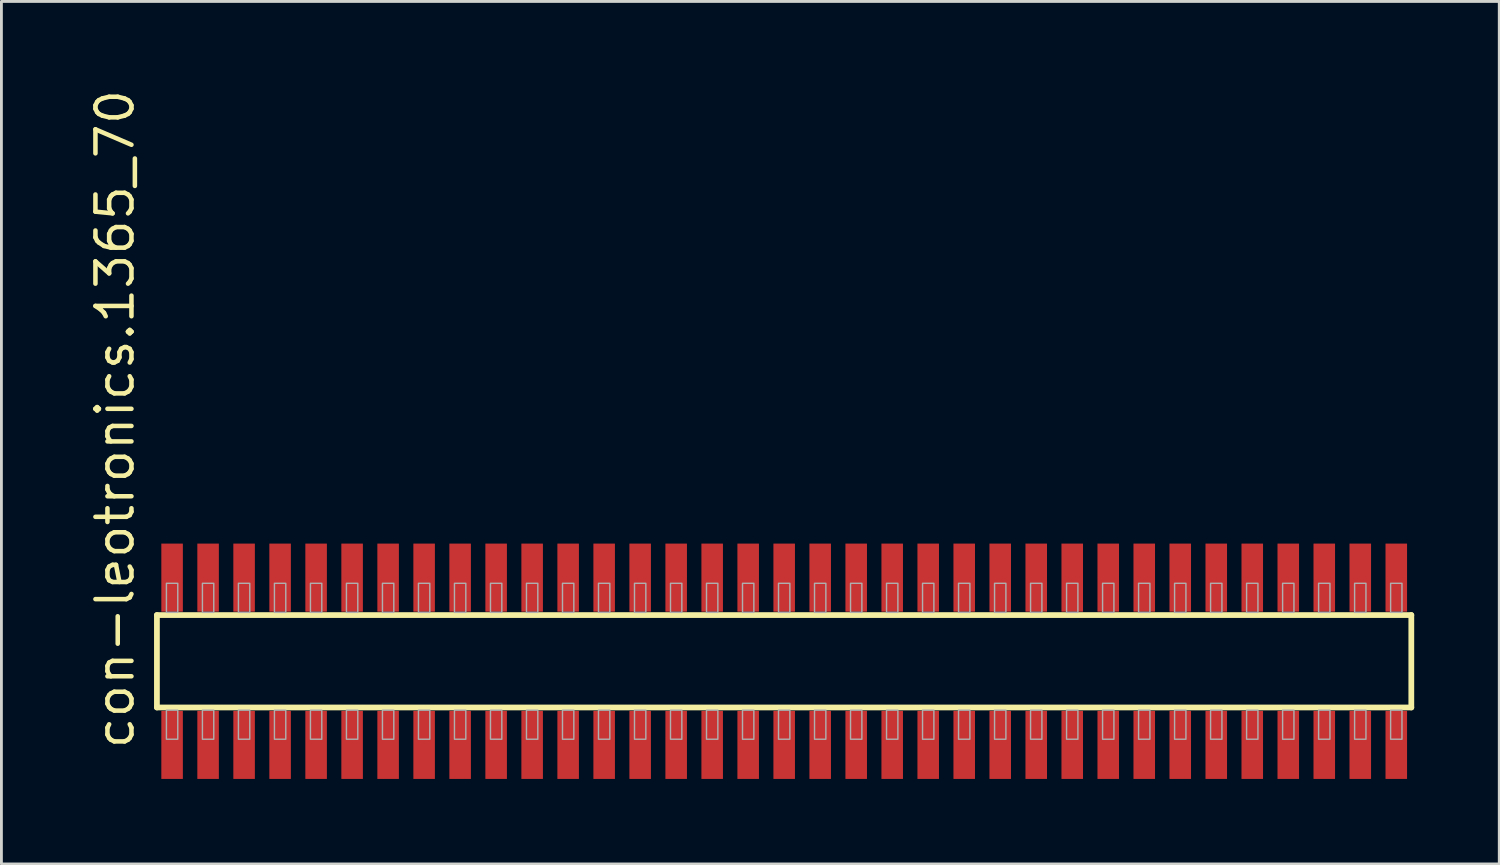
<source format=kicad_pcb>
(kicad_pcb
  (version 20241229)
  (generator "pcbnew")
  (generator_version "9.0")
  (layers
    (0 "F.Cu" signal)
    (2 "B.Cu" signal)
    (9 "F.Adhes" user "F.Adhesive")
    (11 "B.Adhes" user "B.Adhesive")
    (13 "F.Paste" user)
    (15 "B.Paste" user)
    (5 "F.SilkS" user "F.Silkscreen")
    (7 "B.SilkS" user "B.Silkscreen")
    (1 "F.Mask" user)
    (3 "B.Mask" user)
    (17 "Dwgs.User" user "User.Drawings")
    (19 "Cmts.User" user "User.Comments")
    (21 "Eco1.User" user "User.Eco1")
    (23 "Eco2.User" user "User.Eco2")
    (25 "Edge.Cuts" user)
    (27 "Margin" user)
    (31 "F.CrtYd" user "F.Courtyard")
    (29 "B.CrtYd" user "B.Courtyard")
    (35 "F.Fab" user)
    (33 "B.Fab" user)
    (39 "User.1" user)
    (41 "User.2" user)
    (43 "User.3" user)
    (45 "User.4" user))
  (footprint "con-leotronics.1365_70"
    (layer "F.Cu")
    (at 24.61 20.274)
    (property "Reference" "con-leotronics.1365_70" (at -22.86 3.175 90) (layer "F.SilkS") (effects (font (size 1.27 1.27) (thickness 0.16)) (justify left bottom)))
    (attr smd)
    (fp_line (start -22.125 -1.63) (end 22.12 -1.63) (stroke (width 0.203) (type default)) (layer "F.SilkS"))
    (fp_line (start -22.125 1.63) (end -22.125 -1.63) (stroke (width 0.203) (type default)) (layer "F.SilkS"))
    (fp_line (start 22.12 -1.63) (end 22.12 1.63) (stroke (width 0.203) (type default)) (layer "F.SilkS"))
    (fp_line (start 22.12 1.63) (end -22.125 1.63) (stroke (width 0.203) (type default)) (layer "F.SilkS"))
    (fp_rect (start -21.79 -1.725) (end -21.39 -2.75) (stroke (width 0.05) (type default)) (fill no) (layer "F.Fab"))
    (fp_rect (start -21.79 2.75) (end -21.39 1.725) (stroke (width 0.05) (type default)) (fill no) (layer "F.Fab"))
    (fp_rect (start -20.52 -1.725) (end -20.12 -2.75) (stroke (width 0.05) (type default)) (fill no) (layer "F.Fab"))
    (fp_rect (start -20.52 2.75) (end -20.12 1.725) (stroke (width 0.05) (type default)) (fill no) (layer "F.Fab"))
    (fp_rect (start -19.25 -1.725) (end -18.85 -2.75) (stroke (width 0.05) (type default)) (fill no) (layer "F.Fab"))
    (fp_rect (start -19.25 2.75) (end -18.85 1.725) (stroke (width 0.05) (type default)) (fill no) (layer "F.Fab"))
    (fp_rect (start -17.98 -1.725) (end -17.58 -2.75) (stroke (width 0.05) (type default)) (fill no) (layer "F.Fab"))
    (fp_rect (start -17.98 2.75) (end -17.58 1.725) (stroke (width 0.05) (type default)) (fill no) (layer "F.Fab"))
    (fp_rect (start -16.71 -1.725) (end -16.31 -2.75) (stroke (width 0.05) (type default)) (fill no) (layer "F.Fab"))
    (fp_rect (start -16.71 2.75) (end -16.31 1.725) (stroke (width 0.05) (type default)) (fill no) (layer "F.Fab"))
    (fp_rect (start -15.44 -1.725) (end -15.04 -2.75) (stroke (width 0.05) (type default)) (fill no) (layer "F.Fab"))
    (fp_rect (start -15.44 2.75) (end -15.04 1.725) (stroke (width 0.05) (type default)) (fill no) (layer "F.Fab"))
    (fp_rect (start -14.17 -1.725) (end -13.77 -2.75) (stroke (width 0.05) (type default)) (fill no) (layer "F.Fab"))
    (fp_rect (start -14.17 2.75) (end -13.77 1.725) (stroke (width 0.05) (type default)) (fill no) (layer "F.Fab"))
    (fp_rect (start -12.9 -1.725) (end -12.5 -2.75) (stroke (width 0.05) (type default)) (fill no) (layer "F.Fab"))
    (fp_rect (start -12.9 2.75) (end -12.5 1.725) (stroke (width 0.05) (type default)) (fill no) (layer "F.Fab"))
    (fp_rect (start -11.63 -1.725) (end -11.23 -2.75) (stroke (width 0.05) (type default)) (fill no) (layer "F.Fab"))
    (fp_rect (start -11.63 2.75) (end -11.23 1.725) (stroke (width 0.05) (type default)) (fill no) (layer "F.Fab"))
    (fp_rect (start -10.36 -1.725) (end -9.96 -2.75) (stroke (width 0.05) (type default)) (fill no) (layer "F.Fab"))
    (fp_rect (start -10.36 2.75) (end -9.96 1.725) (stroke (width 0.05) (type default)) (fill no) (layer "F.Fab"))
    (fp_rect (start -9.09 -1.725) (end -8.69 -2.75) (stroke (width 0.05) (type default)) (fill no) (layer "F.Fab"))
    (fp_rect (start -9.09 2.75) (end -8.69 1.725) (stroke (width 0.05) (type default)) (fill no) (layer "F.Fab"))
    (fp_rect (start -7.82 -1.725) (end -7.42 -2.75) (stroke (width 0.05) (type default)) (fill no) (layer "F.Fab"))
    (fp_rect (start -7.82 2.75) (end -7.42 1.725) (stroke (width 0.05) (type default)) (fill no) (layer "F.Fab"))
    (fp_rect (start -6.55 -1.725) (end -6.15 -2.75) (stroke (width 0.05) (type default)) (fill no) (layer "F.Fab"))
    (fp_rect (start -6.55 2.75) (end -6.15 1.725) (stroke (width 0.05) (type default)) (fill no) (layer "F.Fab"))
    (fp_rect (start -5.28 -1.725) (end -4.88 -2.75) (stroke (width 0.05) (type default)) (fill no) (layer "F.Fab"))
    (fp_rect (start -5.28 2.75) (end -4.88 1.725) (stroke (width 0.05) (type default)) (fill no) (layer "F.Fab"))
    (fp_rect (start -4.01 -1.725) (end -3.61 -2.75) (stroke (width 0.05) (type default)) (fill no) (layer "F.Fab"))
    (fp_rect (start -4.01 2.75) (end -3.61 1.725) (stroke (width 0.05) (type default)) (fill no) (layer "F.Fab"))
    (fp_rect (start -2.74 -1.725) (end -2.34 -2.75) (stroke (width 0.05) (type default)) (fill no) (layer "F.Fab"))
    (fp_rect (start -2.74 2.75) (end -2.34 1.725) (stroke (width 0.05) (type default)) (fill no) (layer "F.Fab"))
    (fp_rect (start -1.47 -1.725) (end -1.07 -2.75) (stroke (width 0.05) (type default)) (fill no) (layer "F.Fab"))
    (fp_rect (start -1.47 2.75) (end -1.07 1.725) (stroke (width 0.05) (type default)) (fill no) (layer "F.Fab"))
    (fp_rect (start -0.2 -1.725) (end 0.2 -2.75) (stroke (width 0.05) (type default)) (fill no) (layer "F.Fab"))
    (fp_rect (start -0.2 2.75) (end 0.2 1.725) (stroke (width 0.05) (type default)) (fill no) (layer "F.Fab"))
    (fp_rect (start 1.07 -1.725) (end 1.47 -2.75) (stroke (width 0.05) (type default)) (fill no) (layer "F.Fab"))
    (fp_rect (start 1.07 2.75) (end 1.47 1.725) (stroke (width 0.05) (type default)) (fill no) (layer "F.Fab"))
    (fp_rect (start 2.34 -1.725) (end 2.74 -2.75) (stroke (width 0.05) (type default)) (fill no) (layer "F.Fab"))
    (fp_rect (start 2.34 2.75) (end 2.74 1.725) (stroke (width 0.05) (type default)) (fill no) (layer "F.Fab"))
    (fp_rect (start 3.61 -1.725) (end 4.01 -2.75) (stroke (width 0.05) (type default)) (fill no) (layer "F.Fab"))
    (fp_rect (start 3.61 2.75) (end 4.01 1.725) (stroke (width 0.05) (type default)) (fill no) (layer "F.Fab"))
    (fp_rect (start 4.88 -1.725) (end 5.28 -2.75) (stroke (width 0.05) (type default)) (fill no) (layer "F.Fab"))
    (fp_rect (start 4.88 2.75) (end 5.28 1.725) (stroke (width 0.05) (type default)) (fill no) (layer "F.Fab"))
    (fp_rect (start 6.15 -1.725) (end 6.55 -2.75) (stroke (width 0.05) (type default)) (fill no) (layer "F.Fab"))
    (fp_rect (start 6.15 2.75) (end 6.55 1.725) (stroke (width 0.05) (type default)) (fill no) (layer "F.Fab"))
    (fp_rect (start 7.42 -1.725) (end 7.82 -2.75) (stroke (width 0.05) (type default)) (fill no) (layer "F.Fab"))
    (fp_rect (start 7.42 2.75) (end 7.82 1.725) (stroke (width 0.05) (type default)) (fill no) (layer "F.Fab"))
    (fp_rect (start 8.69 -1.725) (end 9.09 -2.75) (stroke (width 0.05) (type default)) (fill no) (layer "F.Fab"))
    (fp_rect (start 8.69 2.75) (end 9.09 1.725) (stroke (width 0.05) (type default)) (fill no) (layer "F.Fab"))
    (fp_rect (start 9.96 -1.725) (end 10.36 -2.75) (stroke (width 0.05) (type default)) (fill no) (layer "F.Fab"))
    (fp_rect (start 9.96 2.75) (end 10.36 1.725) (stroke (width 0.05) (type default)) (fill no) (layer "F.Fab"))
    (fp_rect (start 11.23 -1.725) (end 11.63 -2.75) (stroke (width 0.05) (type default)) (fill no) (layer "F.Fab"))
    (fp_rect (start 11.23 2.75) (end 11.63 1.725) (stroke (width 0.05) (type default)) (fill no) (layer "F.Fab"))
    (fp_rect (start 12.5 -1.725) (end 12.9 -2.75) (stroke (width 0.05) (type default)) (fill no) (layer "F.Fab"))
    (fp_rect (start 12.5 2.75) (end 12.9 1.725) (stroke (width 0.05) (type default)) (fill no) (layer "F.Fab"))
    (fp_rect (start 13.77 -1.725) (end 14.17 -2.75) (stroke (width 0.05) (type default)) (fill no) (layer "F.Fab"))
    (fp_rect (start 13.77 2.75) (end 14.17 1.725) (stroke (width 0.05) (type default)) (fill no) (layer "F.Fab"))
    (fp_rect (start 15.04 -1.725) (end 15.44 -2.75) (stroke (width 0.05) (type default)) (fill no) (layer "F.Fab"))
    (fp_rect (start 15.04 2.75) (end 15.44 1.725) (stroke (width 0.05) (type default)) (fill no) (layer "F.Fab"))
    (fp_rect (start 16.31 -1.725) (end 16.71 -2.75) (stroke (width 0.05) (type default)) (fill no) (layer "F.Fab"))
    (fp_rect (start 16.31 2.75) (end 16.71 1.725) (stroke (width 0.05) (type default)) (fill no) (layer "F.Fab"))
    (fp_rect (start 17.58 -1.725) (end 17.98 -2.75) (stroke (width 0.05) (type default)) (fill no) (layer "F.Fab"))
    (fp_rect (start 17.58 2.75) (end 17.98 1.725) (stroke (width 0.05) (type default)) (fill no) (layer "F.Fab"))
    (fp_rect (start 18.85 -1.725) (end 19.25 -2.75) (stroke (width 0.05) (type default)) (fill no) (layer "F.Fab"))
    (fp_rect (start 18.85 2.75) (end 19.25 1.725) (stroke (width 0.05) (type default)) (fill no) (layer "F.Fab"))
    (fp_rect (start 20.12 -1.725) (end 20.52 -2.75) (stroke (width 0.05) (type default)) (fill no) (layer "F.Fab"))
    (fp_rect (start 20.12 2.75) (end 20.52 1.725) (stroke (width 0.05) (type default)) (fill no) (layer "F.Fab"))
    (fp_rect (start 21.39 -1.725) (end 21.79 -2.75) (stroke (width 0.05) (type default)) (fill no) (layer "F.Fab"))
    (fp_rect (start 21.39 2.75) (end 21.79 1.725) (stroke (width 0.05) (type default)) (fill no) (layer "F.Fab"))
    (pad "1" smd roundrect (at -21.59 2.95) (size 0.76 2.4) (layers "F.Cu" "F.Mask" "F.Paste") (roundrect_rratio 0.01))
    (pad "2" smd roundrect (at -21.59 -2.95) (size 0.76 2.4) (layers "F.Cu" "F.Mask" "F.Paste") (roundrect_rratio 0.01))
    (pad "3" smd roundrect (at -20.32 2.95) (size 0.76 2.4) (layers "F.Cu" "F.Mask" "F.Paste") (roundrect_rratio 0.01))
    (pad "4" smd roundrect (at -20.32 -2.95) (size 0.76 2.4) (layers "F.Cu" "F.Mask" "F.Paste") (roundrect_rratio 0.01))
    (pad "5" smd roundrect (at -19.05 2.95) (size 0.76 2.4) (layers "F.Cu" "F.Mask" "F.Paste") (roundrect_rratio 0.01))
    (pad "6" smd roundrect (at -19.05 -2.95) (size 0.76 2.4) (layers "F.Cu" "F.Mask" "F.Paste") (roundrect_rratio 0.01))
    (pad "7" smd roundrect (at -17.78 2.95) (size 0.76 2.4) (layers "F.Cu" "F.Mask" "F.Paste") (roundrect_rratio 0.01))
    (pad "8" smd roundrect (at -17.78 -2.95) (size 0.76 2.4) (layers "F.Cu" "F.Mask" "F.Paste") (roundrect_rratio 0.01))
    (pad "9" smd roundrect (at -16.51 2.95) (size 0.76 2.4) (layers "F.Cu" "F.Mask" "F.Paste") (roundrect_rratio 0.01))
    (pad "10" smd roundrect (at -16.51 -2.95) (size 0.76 2.4) (layers "F.Cu" "F.Mask" "F.Paste") (roundrect_rratio 0.01))
    (pad "11" smd roundrect (at -15.24 2.95) (size 0.76 2.4) (layers "F.Cu" "F.Mask" "F.Paste") (roundrect_rratio 0.01))
    (pad "12" smd roundrect (at -15.24 -2.95) (size 0.76 2.4) (layers "F.Cu" "F.Mask" "F.Paste") (roundrect_rratio 0.01))
    (pad "13" smd roundrect (at -13.97 2.95) (size 0.76 2.4) (layers "F.Cu" "F.Mask" "F.Paste") (roundrect_rratio 0.01))
    (pad "14" smd roundrect (at -13.97 -2.95) (size 0.76 2.4) (layers "F.Cu" "F.Mask" "F.Paste") (roundrect_rratio 0.01))
    (pad "15" smd roundrect (at -12.7 2.95) (size 0.76 2.4) (layers "F.Cu" "F.Mask" "F.Paste") (roundrect_rratio 0.01))
    (pad "16" smd roundrect (at -12.7 -2.95) (size 0.76 2.4) (layers "F.Cu" "F.Mask" "F.Paste") (roundrect_rratio 0.01))
    (pad "17" smd roundrect (at -11.43 2.95) (size 0.76 2.4) (layers "F.Cu" "F.Mask" "F.Paste") (roundrect_rratio 0.01))
    (pad "18" smd roundrect (at -11.43 -2.95) (size 0.76 2.4) (layers "F.Cu" "F.Mask" "F.Paste") (roundrect_rratio 0.01))
    (pad "19" smd roundrect (at -10.16 2.95) (size 0.76 2.4) (layers "F.Cu" "F.Mask" "F.Paste") (roundrect_rratio 0.01))
    (pad "20" smd roundrect (at -10.16 -2.95) (size 0.76 2.4) (layers "F.Cu" "F.Mask" "F.Paste") (roundrect_rratio 0.01))
    (pad "21" smd roundrect (at -8.89 2.95) (size 0.76 2.4) (layers "F.Cu" "F.Mask" "F.Paste") (roundrect_rratio 0.01))
    (pad "22" smd roundrect (at -8.89 -2.95) (size 0.76 2.4) (layers "F.Cu" "F.Mask" "F.Paste") (roundrect_rratio 0.01))
    (pad "23" smd roundrect (at -7.62 2.95) (size 0.76 2.4) (layers "F.Cu" "F.Mask" "F.Paste") (roundrect_rratio 0.01))
    (pad "24" smd roundrect (at -7.62 -2.95) (size 0.76 2.4) (layers "F.Cu" "F.Mask" "F.Paste") (roundrect_rratio 0.01))
    (pad "25" smd roundrect (at -6.35 2.95) (size 0.76 2.4) (layers "F.Cu" "F.Mask" "F.Paste") (roundrect_rratio 0.01))
    (pad "26" smd roundrect (at -6.35 -2.95) (size 0.76 2.4) (layers "F.Cu" "F.Mask" "F.Paste") (roundrect_rratio 0.01))
    (pad "27" smd roundrect (at -5.08 2.95) (size 0.76 2.4) (layers "F.Cu" "F.Mask" "F.Paste") (roundrect_rratio 0.01))
    (pad "28" smd roundrect (at -5.08 -2.95) (size 0.76 2.4) (layers "F.Cu" "F.Mask" "F.Paste") (roundrect_rratio 0.01))
    (pad "29" smd roundrect (at -3.81 2.95) (size 0.76 2.4) (layers "F.Cu" "F.Mask" "F.Paste") (roundrect_rratio 0.01))
    (pad "30" smd roundrect (at -3.81 -2.95) (size 0.76 2.4) (layers "F.Cu" "F.Mask" "F.Paste") (roundrect_rratio 0.01))
    (pad "31" smd roundrect (at -2.54 2.95) (size 0.76 2.4) (layers "F.Cu" "F.Mask" "F.Paste") (roundrect_rratio 0.01))
    (pad "32" smd roundrect (at -2.54 -2.95) (size 0.76 2.4) (layers "F.Cu" "F.Mask" "F.Paste") (roundrect_rratio 0.01))
    (pad "33" smd roundrect (at -1.27 2.95) (size 0.76 2.4) (layers "F.Cu" "F.Mask" "F.Paste") (roundrect_rratio 0.01))
    (pad "34" smd roundrect (at -1.27 -2.95) (size 0.76 2.4) (layers "F.Cu" "F.Mask" "F.Paste") (roundrect_rratio 0.01))
    (pad "35" smd roundrect (at 0 2.95) (size 0.76 2.4) (layers "F.Cu" "F.Mask" "F.Paste") (roundrect_rratio 0.01))
    (pad "36" smd roundrect (at 0 -2.95) (size 0.76 2.4) (layers "F.Cu" "F.Mask" "F.Paste") (roundrect_rratio 0.01))
    (pad "37" smd roundrect (at 1.27 2.95) (size 0.76 2.4) (layers "F.Cu" "F.Mask" "F.Paste") (roundrect_rratio 0.01))
    (pad "38" smd roundrect (at 1.27 -2.95) (size 0.76 2.4) (layers "F.Cu" "F.Mask" "F.Paste") (roundrect_rratio 0.01))
    (pad "39" smd roundrect (at 2.54 2.95) (size 0.76 2.4) (layers "F.Cu" "F.Mask" "F.Paste") (roundrect_rratio 0.01))
    (pad "40" smd roundrect (at 2.54 -2.95) (size 0.76 2.4) (layers "F.Cu" "F.Mask" "F.Paste") (roundrect_rratio 0.01))
    (pad "41" smd roundrect (at 3.81 2.95) (size 0.76 2.4) (layers "F.Cu" "F.Mask" "F.Paste") (roundrect_rratio 0.01))
    (pad "42" smd roundrect (at 3.81 -2.95) (size 0.76 2.4) (layers "F.Cu" "F.Mask" "F.Paste") (roundrect_rratio 0.01))
    (pad "43" smd roundrect (at 5.08 2.95) (size 0.76 2.4) (layers "F.Cu" "F.Mask" "F.Paste") (roundrect_rratio 0.01))
    (pad "44" smd roundrect (at 5.08 -2.95) (size 0.76 2.4) (layers "F.Cu" "F.Mask" "F.Paste") (roundrect_rratio 0.01))
    (pad "45" smd roundrect (at 6.35 2.95) (size 0.76 2.4) (layers "F.Cu" "F.Mask" "F.Paste") (roundrect_rratio 0.01))
    (pad "46" smd roundrect (at 6.35 -2.95) (size 0.76 2.4) (layers "F.Cu" "F.Mask" "F.Paste") (roundrect_rratio 0.01))
    (pad "47" smd roundrect (at 7.62 2.95) (size 0.76 2.4) (layers "F.Cu" "F.Mask" "F.Paste") (roundrect_rratio 0.01))
    (pad "48" smd roundrect (at 7.62 -2.95) (size 0.76 2.4) (layers "F.Cu" "F.Mask" "F.Paste") (roundrect_rratio 0.01))
    (pad "49" smd roundrect (at 8.89 2.95) (size 0.76 2.4) (layers "F.Cu" "F.Mask" "F.Paste") (roundrect_rratio 0.01))
    (pad "50" smd roundrect (at 8.89 -2.95) (size 0.76 2.4) (layers "F.Cu" "F.Mask" "F.Paste") (roundrect_rratio 0.01))
    (pad "51" smd roundrect (at 10.16 2.95) (size 0.76 2.4) (layers "F.Cu" "F.Mask" "F.Paste") (roundrect_rratio 0.01))
    (pad "52" smd roundrect (at 10.16 -2.95) (size 0.76 2.4) (layers "F.Cu" "F.Mask" "F.Paste") (roundrect_rratio 0.01))
    (pad "53" smd roundrect (at 11.43 2.95) (size 0.76 2.4) (layers "F.Cu" "F.Mask" "F.Paste") (roundrect_rratio 0.01))
    (pad "54" smd roundrect (at 11.43 -2.95) (size 0.76 2.4) (layers "F.Cu" "F.Mask" "F.Paste") (roundrect_rratio 0.01))
    (pad "55" smd roundrect (at 12.7 2.95) (size 0.76 2.4) (layers "F.Cu" "F.Mask" "F.Paste") (roundrect_rratio 0.01))
    (pad "56" smd roundrect (at 12.7 -2.95) (size 0.76 2.4) (layers "F.Cu" "F.Mask" "F.Paste") (roundrect_rratio 0.01))
    (pad "57" smd roundrect (at 13.97 2.95) (size 0.76 2.4) (layers "F.Cu" "F.Mask" "F.Paste") (roundrect_rratio 0.01))
    (pad "58" smd roundrect (at 13.97 -2.95) (size 0.76 2.4) (layers "F.Cu" "F.Mask" "F.Paste") (roundrect_rratio 0.01))
    (pad "59" smd roundrect (at 15.24 2.95) (size 0.76 2.4) (layers "F.Cu" "F.Mask" "F.Paste") (roundrect_rratio 0.01))
    (pad "60" smd roundrect (at 15.24 -2.95) (size 0.76 2.4) (layers "F.Cu" "F.Mask" "F.Paste") (roundrect_rratio 0.01))
    (pad "61" smd roundrect (at 16.51 2.95) (size 0.76 2.4) (layers "F.Cu" "F.Mask" "F.Paste") (roundrect_rratio 0.01))
    (pad "62" smd roundrect (at 16.51 -2.95) (size 0.76 2.4) (layers "F.Cu" "F.Mask" "F.Paste") (roundrect_rratio 0.01))
    (pad "63" smd roundrect (at 17.78 2.95) (size 0.76 2.4) (layers "F.Cu" "F.Mask" "F.Paste") (roundrect_rratio 0.01))
    (pad "64" smd roundrect (at 17.78 -2.95) (size 0.76 2.4) (layers "F.Cu" "F.Mask" "F.Paste") (roundrect_rratio 0.01))
    (pad "65" smd roundrect (at 19.05 2.95) (size 0.76 2.4) (layers "F.Cu" "F.Mask" "F.Paste") (roundrect_rratio 0.01))
    (pad "66" smd roundrect (at 19.05 -2.95) (size 0.76 2.4) (layers "F.Cu" "F.Mask" "F.Paste") (roundrect_rratio 0.01))
    (pad "67" smd roundrect (at 20.32 2.95) (size 0.76 2.4) (layers "F.Cu" "F.Mask" "F.Paste") (roundrect_rratio 0.01))
    (pad "68" smd roundrect (at 20.32 -2.95) (size 0.76 2.4) (layers "F.Cu" "F.Mask" "F.Paste") (roundrect_rratio 0.01))
    (pad "69" smd roundrect (at 21.59 2.95) (size 0.76 2.4) (layers "F.Cu" "F.Mask" "F.Paste") (roundrect_rratio 0.01))
    (pad "70" smd roundrect (at 21.59 -2.95) (size 0.76 2.4) (layers "F.Cu" "F.Mask" "F.Paste") (roundrect_rratio 0.01)))
  (gr_rect
    (start -3 -3)
    (end 49.832 27.424)
    (stroke (width 0.1) (type default))
    (fill no)
    (layer "Edge.Cuts")))
</source>
